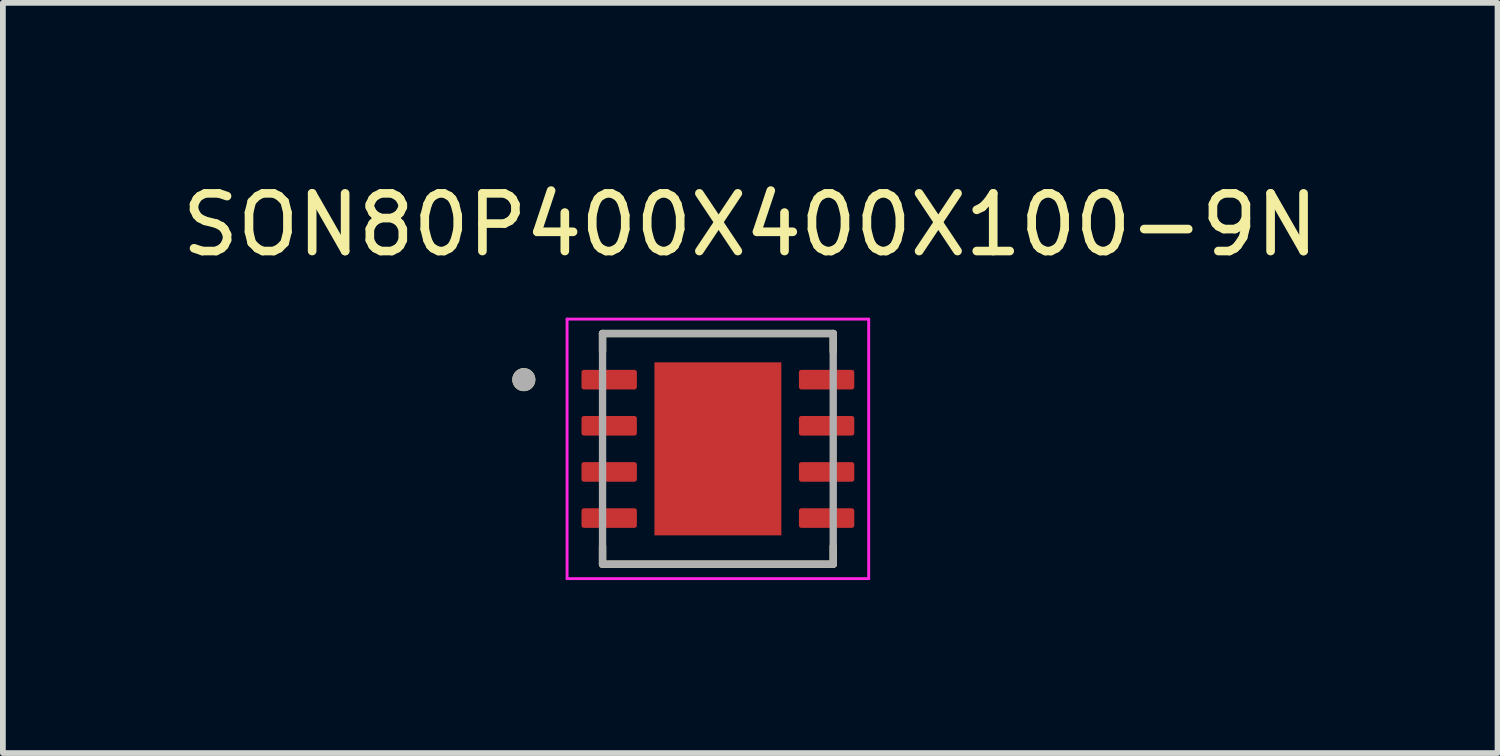
<source format=kicad_pcb>
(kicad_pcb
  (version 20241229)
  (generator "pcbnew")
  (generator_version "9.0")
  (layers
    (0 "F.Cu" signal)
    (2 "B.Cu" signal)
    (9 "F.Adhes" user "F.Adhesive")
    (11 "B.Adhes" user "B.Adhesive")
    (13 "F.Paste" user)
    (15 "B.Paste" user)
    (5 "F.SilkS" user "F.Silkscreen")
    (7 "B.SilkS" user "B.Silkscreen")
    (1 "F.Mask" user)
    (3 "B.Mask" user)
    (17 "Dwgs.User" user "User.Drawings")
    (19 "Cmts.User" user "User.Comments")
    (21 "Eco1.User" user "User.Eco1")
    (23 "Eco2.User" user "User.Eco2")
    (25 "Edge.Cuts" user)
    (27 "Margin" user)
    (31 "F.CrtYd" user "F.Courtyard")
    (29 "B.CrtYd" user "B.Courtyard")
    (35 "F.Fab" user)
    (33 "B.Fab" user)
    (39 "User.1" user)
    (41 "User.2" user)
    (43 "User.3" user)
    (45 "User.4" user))
  (footprint "SON80P400X400X100-9N"
    (layer "F.Cu")
    (at 9.398 4.733)
    (property "Reference" "SON80P400X400X100-9N" (at 0.56 -3.885 0) (layer "F.SilkS") (effects (font (size 1 1) (thickness 0.15))))
    (attr smd)
    (fp_line (start -2 -2) (end -2 -1.69) (stroke (width 0.127) (type solid)) (layer "F.SilkS"))
    (fp_line (start -2 -2) (end 2 -2) (stroke (width 0.127) (type solid)) (layer "F.SilkS"))
    (fp_line (start -2 2) (end -2 1.69) (stroke (width 0.127) (type solid)) (layer "F.SilkS"))
    (fp_line (start -2 2) (end 2 2) (stroke (width 0.127) (type solid)) (layer "F.SilkS"))
    (fp_line (start 2 -2) (end 2 -1.69) (stroke (width 0.127) (type solid)) (layer "F.SilkS"))
    (fp_line (start 2 2) (end 2 1.69) (stroke (width 0.127) (type solid)) (layer "F.SilkS"))
    (fp_circle (center -3.365 -1.2) (end -3.265 -1.2) (stroke (width 0.2) (type solid)) (fill no) (layer "F.SilkS"))
    (fp_poly (pts (xy -0.696 -0.949) (xy 0.696 -0.949) (xy 0.696 0.949) (xy -0.696 0.949)) (stroke (width 0.01) (type solid)) (fill yes) (layer "F.Paste"))
    (fp_line (start -2.615 -2.25) (end -2.615 2.25) (stroke (width 0.05) (type solid)) (layer "F.CrtYd"))
    (fp_line (start -2.615 2.25) (end 2.615 2.25) (stroke (width 0.05) (type solid)) (layer "F.CrtYd"))
    (fp_line (start 2.615 -2.25) (end -2.615 -2.25) (stroke (width 0.05) (type solid)) (layer "F.CrtYd"))
    (fp_line (start 2.615 2.25) (end 2.615 -2.25) (stroke (width 0.05) (type solid)) (layer "F.CrtYd"))
    (fp_line (start -2 -2) (end -2 2) (stroke (width 0.127) (type solid)) (layer "F.Fab"))
    (fp_line (start -2 -2) (end 2 -2) (stroke (width 0.127) (type solid)) (layer "F.Fab"))
    (fp_line (start -2 2) (end 2 2) (stroke (width 0.127) (type solid)) (layer "F.Fab"))
    (fp_line (start 2 -2) (end 2 2) (stroke (width 0.127) (type solid)) (layer "F.Fab"))
    (fp_circle (center -3.365 -1.2) (end -3.265 -1.2) (stroke (width 0.2) (type solid)) (fill no) (layer "F.Fab"))
    (pad "1" smd roundrect (at -1.885 -1.2) (size 0.96 0.34) (layers "F.Cu" "F.Mask" "F.Paste") (roundrect_rratio 0.125))
    (pad "2" smd roundrect (at -1.885 -0.4) (size 0.96 0.34) (layers "F.Cu" "F.Mask" "F.Paste") (roundrect_rratio 0.125))
    (pad "3" smd roundrect (at -1.885 0.4) (size 0.96 0.34) (layers "F.Cu" "F.Mask" "F.Paste") (roundrect_rratio 0.125))
    (pad "4" smd roundrect (at -1.885 1.2) (size 0.96 0.34) (layers "F.Cu" "F.Mask" "F.Paste") (roundrect_rratio 0.125))
    (pad "5" smd roundrect (at 1.885 1.2) (size 0.96 0.34) (layers "F.Cu" "F.Mask" "F.Paste") (roundrect_rratio 0.125))
    (pad "6" smd roundrect (at 1.885 0.4) (size 0.96 0.34) (layers "F.Cu" "F.Mask" "F.Paste") (roundrect_rratio 0.125))
    (pad "7" smd roundrect (at 1.885 -0.4) (size 0.96 0.34) (layers "F.Cu" "F.Mask" "F.Paste") (roundrect_rratio 0.125))
    (pad "8" smd roundrect (at 1.885 -1.2) (size 0.96 0.34) (layers "F.Cu" "F.Mask" "F.Paste") (roundrect_rratio 0.125))
    (pad "9" smd rect (at 0 0) (size 2.2 3) (layers "F.Cu" "F.Mask")))
  (gr_rect
    (start -3 -3)
    (end 22.917 10.008)
    (stroke (width 0.1) (type default))
    (fill no)
    (layer "Edge.Cuts")))
</source>
